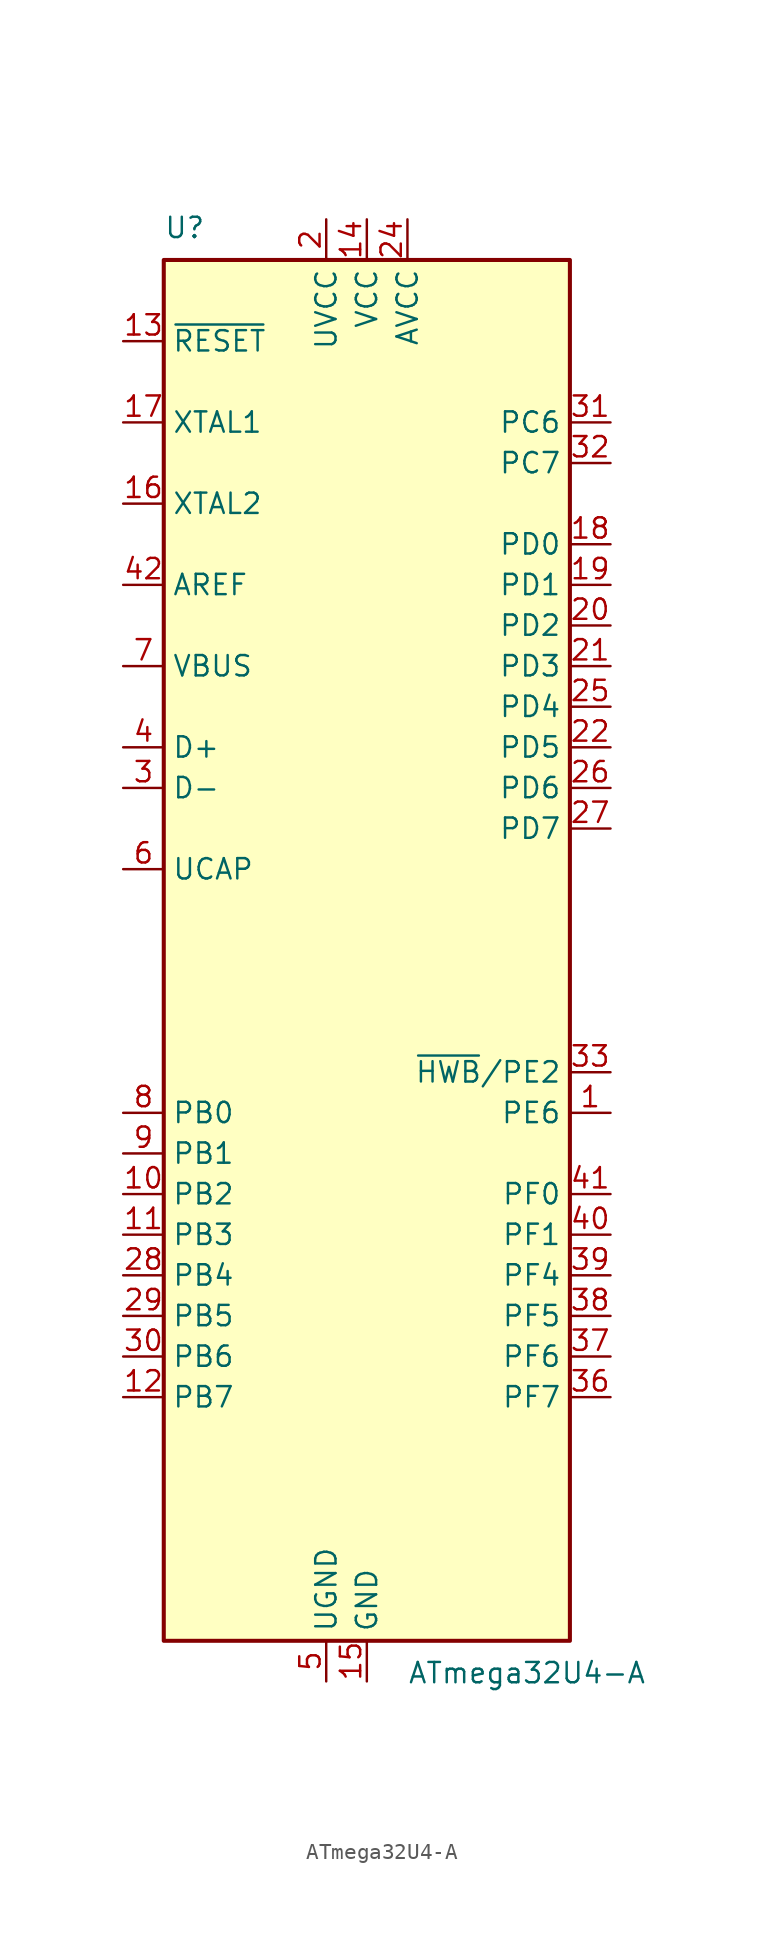
<source format=kicad_sym>
(kicad_symbol_lib
  (version 20211014)
  (generator kicad_symbol_editor)
  (symbol "ATmega32U4-A"
    (property "Reference" "U"
      (at -12.7 44.45 0)
      (effects (font (size 1.27 1.27)) (justify left bottom)))
    (property "Value" "ATmega32U4-A"
      (at 2.54 -44.45 0)
      (effects (font (size 1.27 1.27)) (justify left top)))
    (symbol "ATmega32U4-A_0_1"
      (rectangle (start -12.7 -43.18) (end 12.7 43.18) (stroke (width 0.254) (type default) (color 0 0 0 0)) (fill (type background))))
    (symbol "ATmega32U4-A_1_1"
      (pin bidirectional line (at 15.24 -10.16 180) (length 2.54) (name "PE6" (effects (font (size 1.27 1.27)))) (number "1" (effects (font (size 1.27 1.27)))))
      (pin bidirectional line (at -15.24 -15.24 0) (length 2.54) (name "PB2" (effects (font (size 1.27 1.27)))) (number "10" (effects (font (size 1.27 1.27)))))
      (pin bidirectional line (at -15.24 -17.78 0) (length 2.54) (name "PB3" (effects (font (size 1.27 1.27)))) (number "11" (effects (font (size 1.27 1.27)))))
      (pin bidirectional line (at -15.24 -27.94 0) (length 2.54) (name "PB7" (effects (font (size 1.27 1.27)))) (number "12" (effects (font (size 1.27 1.27)))))
      (pin input line (at -15.24 38.1 0) (length 2.54) (name "~{RESET}" (effects (font (size 1.27 1.27)))) (number "13" (effects (font (size 1.27 1.27)))))
      (pin power_in line (at 0 45.72 270) (length 2.54) (name "VCC" (effects (font (size 1.27 1.27)))) (number "14" (effects (font (size 1.27 1.27)))))
      (pin power_in line (at 0 -45.72 90) (length 2.54) (name "GND" (effects (font (size 1.27 1.27)))) (number "15" (effects (font (size 1.27 1.27)))))
      (pin output line (at -15.24 27.94 0) (length 2.54) (name "XTAL2" (effects (font (size 1.27 1.27)))) (number "16" (effects (font (size 1.27 1.27)))))
      (pin input line (at -15.24 33.02 0) (length 2.54) (name "XTAL1" (effects (font (size 1.27 1.27)))) (number "17" (effects (font (size 1.27 1.27)))))
      (pin bidirectional line (at 15.24 25.4 180) (length 2.54) (name "PD0" (effects (font (size 1.27 1.27)))) (number "18" (effects (font (size 1.27 1.27)))))
      (pin bidirectional line (at 15.24 22.86 180) (length 2.54) (name "PD1" (effects (font (size 1.27 1.27)))) (number "19" (effects (font (size 1.27 1.27)))))
      (pin power_in line (at -2.54 45.72 270) (length 2.54) (name "UVCC" (effects (font (size 1.27 1.27)))) (number "2" (effects (font (size 1.27 1.27)))))
      (pin bidirectional line (at 15.24 20.32 180) (length 2.54) (name "PD2" (effects (font (size 1.27 1.27)))) (number "20" (effects (font (size 1.27 1.27)))))
      (pin bidirectional line (at 15.24 17.78 180) (length 2.54) (name "PD3" (effects (font (size 1.27 1.27)))) (number "21" (effects (font (size 1.27 1.27)))))
      (pin bidirectional line (at 15.24 12.7 180) (length 2.54) (name "PD5" (effects (font (size 1.27 1.27)))) (number "22" (effects (font (size 1.27 1.27)))))
      (pin passive line (at 0 -45.72 90) (length 2.54) hide (name "GND" (effects (font (size 1.27 1.27)))) (number "23" (effects (font (size 1.27 1.27)))))
      (pin power_in line (at 2.54 45.72 270) (length 2.54) (name "AVCC" (effects (font (size 1.27 1.27)))) (number "24" (effects (font (size 1.27 1.27)))))
      (pin bidirectional line (at 15.24 15.24 180) (length 2.54) (name "PD4" (effects (font (size 1.27 1.27)))) (number "25" (effects (font (size 1.27 1.27)))))
      (pin bidirectional line (at 15.24 10.16 180) (length 2.54) (name "PD6" (effects (font (size 1.27 1.27)))) (number "26" (effects (font (size 1.27 1.27)))))
      (pin bidirectional line (at 15.24 7.62 180) (length 2.54) (name "PD7" (effects (font (size 1.27 1.27)))) (number "27" (effects (font (size 1.27 1.27)))))
      (pin bidirectional line (at -15.24 -20.32 0) (length 2.54) (name "PB4" (effects (font (size 1.27 1.27)))) (number "28" (effects (font (size 1.27 1.27)))))
      (pin bidirectional line (at -15.24 -22.86 0) (length 2.54) (name "PB5" (effects (font (size 1.27 1.27)))) (number "29" (effects (font (size 1.27 1.27)))))
      (pin bidirectional line (at -15.24 10.16 0) (length 2.54) (name "D-" (effects (font (size 1.27 1.27)))) (number "3" (effects (font (size 1.27 1.27)))))
      (pin bidirectional line (at -15.24 -25.4 0) (length 2.54) (name "PB6" (effects (font (size 1.27 1.27)))) (number "30" (effects (font (size 1.27 1.27)))))
      (pin bidirectional line (at 15.24 33.02 180) (length 2.54) (name "PC6" (effects (font (size 1.27 1.27)))) (number "31" (effects (font (size 1.27 1.27)))))
      (pin bidirectional line (at 15.24 30.48 180) (length 2.54) (name "PC7" (effects (font (size 1.27 1.27)))) (number "32" (effects (font (size 1.27 1.27)))))
      (pin bidirectional line (at 15.24 -7.62 180) (length 2.54) (name "~{HWB}/PE2" (effects (font (size 1.27 1.27)))) (number "33" (effects (font (size 1.27 1.27)))))
      (pin passive line (at 0 45.72 270) (length 2.54) hide (name "VCC" (effects (font (size 1.27 1.27)))) (number "34" (effects (font (size 1.27 1.27)))))
      (pin passive line (at 0 -45.72 90) (length 2.54) hide (name "GND" (effects (font (size 1.27 1.27)))) (number "35" (effects (font (size 1.27 1.27)))))
      (pin bidirectional line (at 15.24 -27.94 180) (length 2.54) (name "PF7" (effects (font (size 1.27 1.27)))) (number "36" (effects (font (size 1.27 1.27)))))
      (pin bidirectional line (at 15.24 -25.4 180) (length 2.54) (name "PF6" (effects (font (size 1.27 1.27)))) (number "37" (effects (font (size 1.27 1.27)))))
      (pin bidirectional line (at 15.24 -22.86 180) (length 2.54) (name "PF5" (effects (font (size 1.27 1.27)))) (number "38" (effects (font (size 1.27 1.27)))))
      (pin bidirectional line (at 15.24 -20.32 180) (length 2.54) (name "PF4" (effects (font (size 1.27 1.27)))) (number "39" (effects (font (size 1.27 1.27)))))
      (pin bidirectional line (at -15.24 12.7 0) (length 2.54) (name "D+" (effects (font (size 1.27 1.27)))) (number "4" (effects (font (size 1.27 1.27)))))
      (pin bidirectional line (at 15.24 -17.78 180) (length 2.54) (name "PF1" (effects (font (size 1.27 1.27)))) (number "40" (effects (font (size 1.27 1.27)))))
      (pin bidirectional line (at 15.24 -15.24 180) (length 2.54) (name "PF0" (effects (font (size 1.27 1.27)))) (number "41" (effects (font (size 1.27 1.27)))))
      (pin passive line (at -15.24 22.86 0) (length 2.54) (name "AREF" (effects (font (size 1.27 1.27)))) (number "42" (effects (font (size 1.27 1.27)))))
      (pin passive line (at 0 -45.72 90) (length 2.54) hide (name "GND" (effects (font (size 1.27 1.27)))) (number "43" (effects (font (size 1.27 1.27)))))
      (pin passive line (at 2.54 45.72 270) (length 2.54) hide (name "AVCC" (effects (font (size 1.27 1.27)))) (number "44" (effects (font (size 1.27 1.27)))))
      (pin passive line (at -2.54 -45.72 90) (length 2.54) (name "UGND" (effects (font (size 1.27 1.27)))) (number "5" (effects (font (size 1.27 1.27)))))
      (pin passive line (at -15.24 5.08 0) (length 2.54) (name "UCAP" (effects (font (size 1.27 1.27)))) (number "6" (effects (font (size 1.27 1.27)))))
      (pin input line (at -15.24 17.78 0) (length 2.54) (name "VBUS" (effects (font (size 1.27 1.27)))) (number "7" (effects (font (size 1.27 1.27)))))
      (pin bidirectional line (at -15.24 -10.16 0) (length 2.54) (name "PB0" (effects (font (size 1.27 1.27)))) (number "8" (effects (font (size 1.27 1.27)))))
      (pin bidirectional line (at -15.24 -12.7 0) (length 2.54) (name "PB1" (effects (font (size 1.27 1.27)))) (number "9" (effects (font (size 1.27 1.27))))))))
</source>
